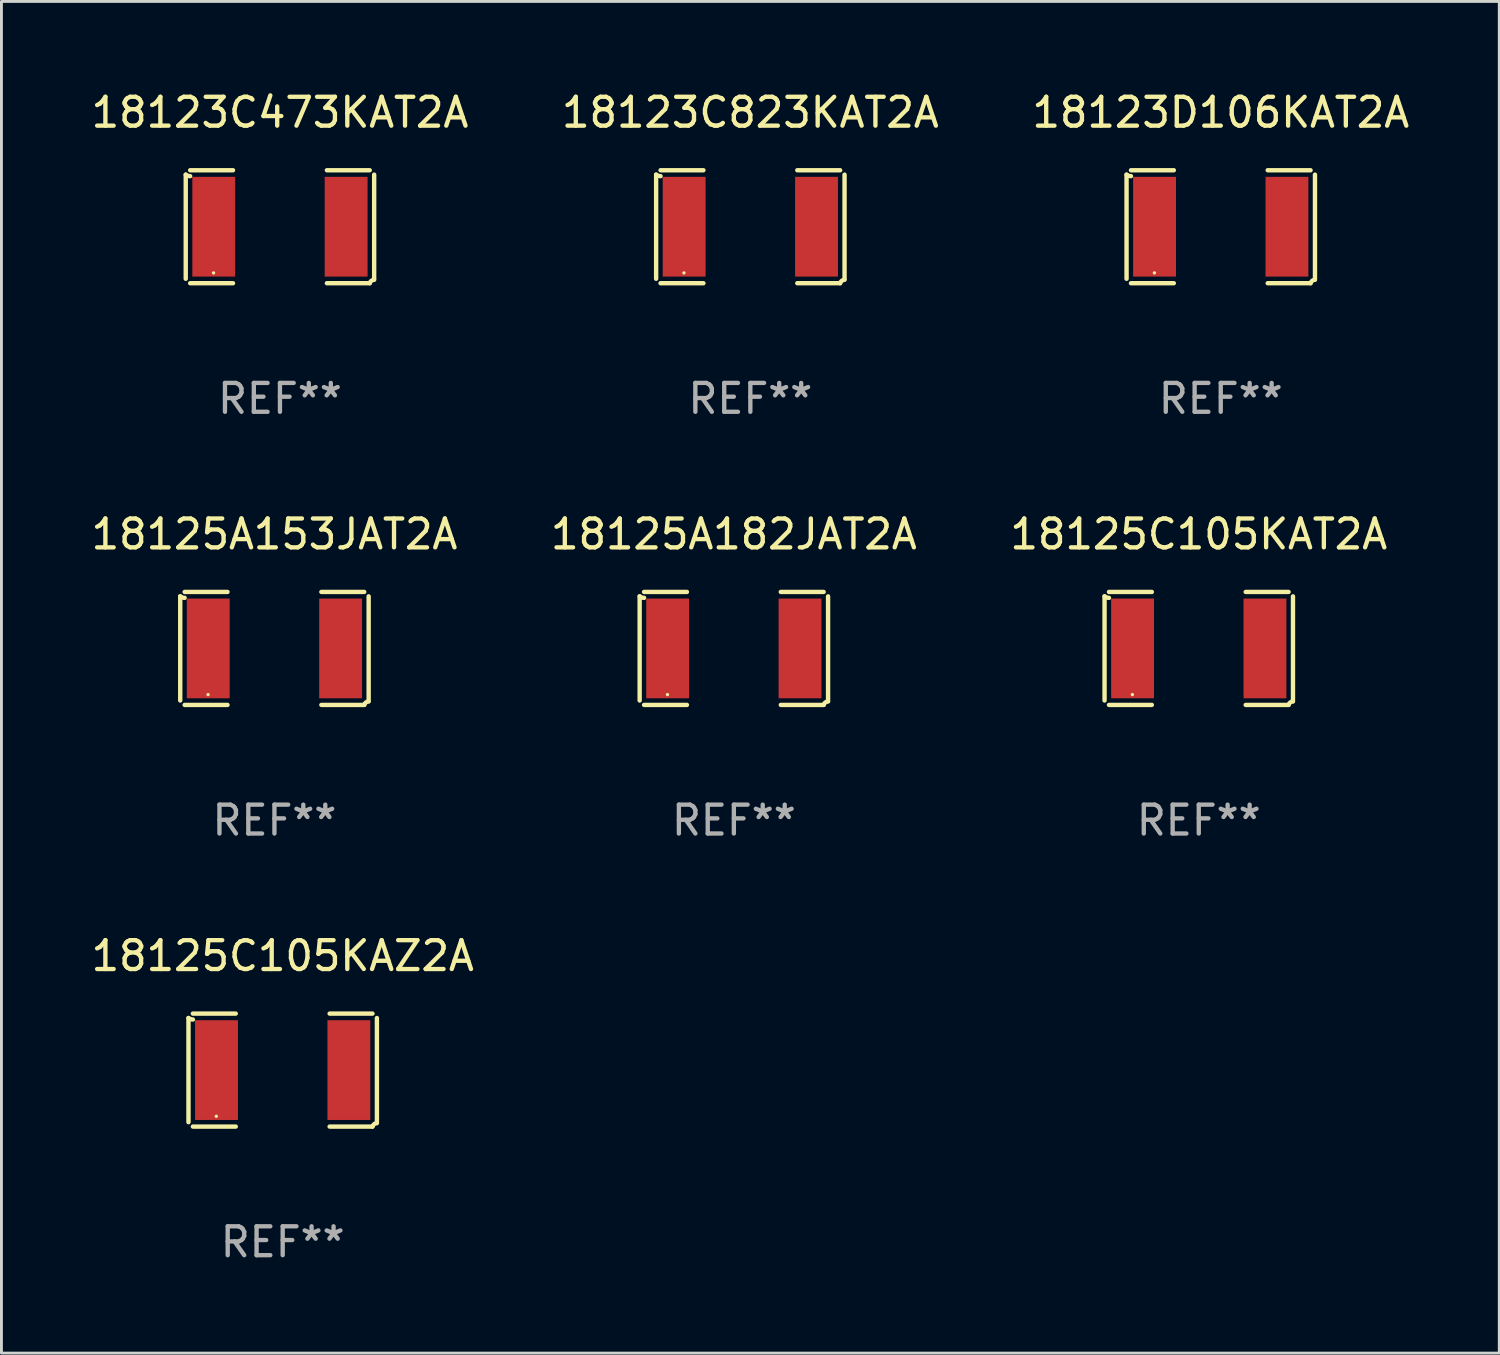
<source format=kicad_pcb>
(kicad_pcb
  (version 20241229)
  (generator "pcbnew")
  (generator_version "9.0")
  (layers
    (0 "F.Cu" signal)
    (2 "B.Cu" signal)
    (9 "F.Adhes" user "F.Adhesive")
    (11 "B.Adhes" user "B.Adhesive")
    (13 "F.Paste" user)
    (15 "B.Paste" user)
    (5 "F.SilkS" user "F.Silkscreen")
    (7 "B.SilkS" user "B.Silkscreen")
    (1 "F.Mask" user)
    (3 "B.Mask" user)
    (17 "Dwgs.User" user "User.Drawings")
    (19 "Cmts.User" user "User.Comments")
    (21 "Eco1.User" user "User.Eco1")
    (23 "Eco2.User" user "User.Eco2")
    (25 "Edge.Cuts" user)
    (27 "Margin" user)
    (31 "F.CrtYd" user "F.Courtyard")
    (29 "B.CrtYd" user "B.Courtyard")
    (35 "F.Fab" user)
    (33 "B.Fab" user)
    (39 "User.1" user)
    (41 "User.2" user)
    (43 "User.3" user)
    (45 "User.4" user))
  (footprint "18123C473KAT2A"
    (layer "F.Cu")
    (at 6.649 4.805)
    (property "Reference" "18123C473KAT2A" (at 0 -3.957 0) (layer "F.SilkS") (effects (font (size 1 1) (thickness 0.15))))
    (attr through_hole)
    (fp_line (start -3.264 1.804) (end -3.264 -1.804) (stroke (width 0.152) (type solid)) (layer "F.SilkS"))
    (fp_line (start -3.111 -1.957) (end -1.626 -1.957) (stroke (width 0.152) (type solid)) (layer "F.SilkS"))
    (fp_line (start -1.626 1.957) (end -3.111 1.957) (stroke (width 0.152) (type solid)) (layer "F.SilkS"))
    (fp_line (start 1.626 1.957) (end 3.111 1.957) (stroke (width 0.152) (type solid)) (layer "F.SilkS"))
    (fp_line (start 3.111 -1.957) (end 1.626 -1.957) (stroke (width 0.152) (type solid)) (layer "F.SilkS"))
    (fp_line (start 3.264 1.804) (end 3.264 -1.804) (stroke (width 0.152) (type solid)) (layer "F.SilkS"))
    (fp_arc (start -3.111202 -1.752192) (mid -3.191715 -1.76555) (end -3.263602 -1.804191) (stroke (width 0.1524) (type solid)) (layer "F.SilkS"))
    (fp_arc (start 3.111201 1.956591) (mid 3.167789 1.872777) (end 3.263602 1.840424) (stroke (width 0.1524) (type solid)) (layer "F.SilkS"))
    (fp_circle (center -2.3 1.6) (end -2.27 1.6) (stroke (width 0.06) (type solid)) (fill no) (layer "F.SilkS"))
    (fp_text user "REF**" (at 0 5.957 0) (layer "F.Fab") (effects (font (size 1 1) (thickness 0.15))))
    (pad "1" smd rect (at -2.293 0) (size 1.485 3.456) (layers "F.Cu" "F.Mask" "F.Paste"))
    (pad "2" smd rect (at 2.293 0) (size 1.485 3.456) (layers "F.Cu" "F.Mask" "F.Paste")))
  (footprint "18123C823KAT2A"
    (layer "F.Cu")
    (at 22.946 4.805)
    (property "Reference" "18123C823KAT2A" (at 0 -3.957 0) (layer "F.SilkS") (effects (font (size 1 1) (thickness 0.15))))
    (attr through_hole)
    (fp_line (start -3.264 1.804) (end -3.264 -1.804) (stroke (width 0.152) (type solid)) (layer "F.SilkS"))
    (fp_line (start -3.111 -1.957) (end -1.626 -1.957) (stroke (width 0.152) (type solid)) (layer "F.SilkS"))
    (fp_line (start -1.626 1.957) (end -3.111 1.957) (stroke (width 0.152) (type solid)) (layer "F.SilkS"))
    (fp_line (start 1.626 1.957) (end 3.111 1.957) (stroke (width 0.152) (type solid)) (layer "F.SilkS"))
    (fp_line (start 3.111 -1.957) (end 1.626 -1.957) (stroke (width 0.152) (type solid)) (layer "F.SilkS"))
    (fp_line (start 3.264 1.804) (end 3.264 -1.804) (stroke (width 0.152) (type solid)) (layer "F.SilkS"))
    (fp_arc (start -3.111202 -1.752192) (mid -3.191715 -1.76555) (end -3.263602 -1.804191) (stroke (width 0.1524) (type solid)) (layer "F.SilkS"))
    (fp_arc (start 3.111201 1.956591) (mid 3.167789 1.872777) (end 3.263602 1.840424) (stroke (width 0.1524) (type solid)) (layer "F.SilkS"))
    (fp_circle (center -2.3 1.6) (end -2.27 1.6) (stroke (width 0.06) (type solid)) (fill no) (layer "F.SilkS"))
    (fp_text user "REF**" (at 0 5.957 0) (layer "F.Fab") (effects (font (size 1 1) (thickness 0.15))))
    (pad "1" smd rect (at -2.293 0) (size 1.485 3.456) (layers "F.Cu" "F.Mask" "F.Paste"))
    (pad "2" smd rect (at 2.293 0) (size 1.485 3.456) (layers "F.Cu" "F.Mask" "F.Paste")))
  (footprint "18125C105KAT2A"
    (layer "F.Cu")
    (at 38.482 19.415)
    (property "Reference" "18125C105KAT2A" (at 0 -3.957 0) (layer "F.SilkS") (effects (font (size 1 1) (thickness 0.15))))
    (attr through_hole)
    (fp_line (start -3.264 1.804) (end -3.264 -1.804) (stroke (width 0.152) (type solid)) (layer "F.SilkS"))
    (fp_line (start -3.111 -1.957) (end -1.626 -1.957) (stroke (width 0.152) (type solid)) (layer "F.SilkS"))
    (fp_line (start -1.626 1.957) (end -3.111 1.957) (stroke (width 0.152) (type solid)) (layer "F.SilkS"))
    (fp_line (start 1.626 1.957) (end 3.111 1.957) (stroke (width 0.152) (type solid)) (layer "F.SilkS"))
    (fp_line (start 3.111 -1.957) (end 1.626 -1.957) (stroke (width 0.152) (type solid)) (layer "F.SilkS"))
    (fp_line (start 3.264 1.804) (end 3.264 -1.804) (stroke (width 0.152) (type solid)) (layer "F.SilkS"))
    (fp_arc (start -3.111202 -1.752192) (mid -3.191715 -1.76555) (end -3.263602 -1.804191) (stroke (width 0.1524) (type solid)) (layer "F.SilkS"))
    (fp_arc (start 3.111201 1.956591) (mid 3.167789 1.872777) (end 3.263602 1.840424) (stroke (width 0.1524) (type solid)) (layer "F.SilkS"))
    (fp_circle (center -2.3 1.6) (end -2.27 1.6) (stroke (width 0.06) (type solid)) (fill no) (layer "F.SilkS"))
    (fp_text user "REF**" (at 0 5.957 0) (layer "F.Fab") (effects (font (size 1 1) (thickness 0.15))))
    (pad "1" smd rect (at -2.293 0) (size 1.485 3.456) (layers "F.Cu" "F.Mask" "F.Paste"))
    (pad "2" smd rect (at 2.293 0) (size 1.485 3.456) (layers "F.Cu" "F.Mask" "F.Paste")))
  (footprint "18123D106KAT2A"
    (layer "F.Cu")
    (at 39.244 4.805)
    (property "Reference" "18123D106KAT2A" (at 0 -3.957 0) (layer "F.SilkS") (effects (font (size 1 1) (thickness 0.15))))
    (attr through_hole)
    (fp_line (start -3.264 1.804) (end -3.264 -1.804) (stroke (width 0.152) (type solid)) (layer "F.SilkS"))
    (fp_line (start -3.111 -1.957) (end -1.626 -1.957) (stroke (width 0.152) (type solid)) (layer "F.SilkS"))
    (fp_line (start -1.626 1.957) (end -3.111 1.957) (stroke (width 0.152) (type solid)) (layer "F.SilkS"))
    (fp_line (start 1.626 1.957) (end 3.111 1.957) (stroke (width 0.152) (type solid)) (layer "F.SilkS"))
    (fp_line (start 3.111 -1.957) (end 1.626 -1.957) (stroke (width 0.152) (type solid)) (layer "F.SilkS"))
    (fp_line (start 3.264 1.804) (end 3.264 -1.804) (stroke (width 0.152) (type solid)) (layer "F.SilkS"))
    (fp_arc (start -3.111202 -1.752192) (mid -3.191715 -1.76555) (end -3.263602 -1.804191) (stroke (width 0.1524) (type solid)) (layer "F.SilkS"))
    (fp_arc (start 3.111201 1.956591) (mid 3.167789 1.872777) (end 3.263602 1.840424) (stroke (width 0.1524) (type solid)) (layer "F.SilkS"))
    (fp_circle (center -2.3 1.6) (end -2.27 1.6) (stroke (width 0.06) (type solid)) (fill no) (layer "F.SilkS"))
    (fp_text user "REF**" (at 0 5.957 0) (layer "F.Fab") (effects (font (size 1 1) (thickness 0.15))))
    (pad "1" smd rect (at -2.293 0) (size 1.485 3.456) (layers "F.Cu" "F.Mask" "F.Paste"))
    (pad "2" smd rect (at 2.293 0) (size 1.485 3.456) (layers "F.Cu" "F.Mask" "F.Paste")))
  (footprint "18125C105KAZ2A"
    (layer "F.Cu")
    (at 6.744 34.024)
    (property "Reference" "18125C105KAZ2A" (at 0 -3.957 0) (layer "F.SilkS") (effects (font (size 1 1) (thickness 0.15))))
    (attr through_hole)
    (fp_line (start -3.264 1.804) (end -3.264 -1.804) (stroke (width 0.152) (type solid)) (layer "F.SilkS"))
    (fp_line (start -3.111 -1.957) (end -1.626 -1.957) (stroke (width 0.152) (type solid)) (layer "F.SilkS"))
    (fp_line (start -1.626 1.957) (end -3.111 1.957) (stroke (width 0.152) (type solid)) (layer "F.SilkS"))
    (fp_line (start 1.626 1.957) (end 3.111 1.957) (stroke (width 0.152) (type solid)) (layer "F.SilkS"))
    (fp_line (start 3.111 -1.957) (end 1.626 -1.957) (stroke (width 0.152) (type solid)) (layer "F.SilkS"))
    (fp_line (start 3.264 1.804) (end 3.264 -1.804) (stroke (width 0.152) (type solid)) (layer "F.SilkS"))
    (fp_arc (start -3.111202 -1.752192) (mid -3.191715 -1.76555) (end -3.263602 -1.804191) (stroke (width 0.1524) (type solid)) (layer "F.SilkS"))
    (fp_arc (start 3.111201 1.956591) (mid 3.167789 1.872777) (end 3.263602 1.840424) (stroke (width 0.1524) (type solid)) (layer "F.SilkS"))
    (fp_circle (center -2.3 1.6) (end -2.27 1.6) (stroke (width 0.06) (type solid)) (fill no) (layer "F.SilkS"))
    (fp_text user "REF**" (at 0 5.957 0) (layer "F.Fab") (effects (font (size 1 1) (thickness 0.15))))
    (pad "1" smd rect (at -2.293 0) (size 1.485 3.456) (layers "F.Cu" "F.Mask" "F.Paste"))
    (pad "2" smd rect (at 2.293 0) (size 1.485 3.456) (layers "F.Cu" "F.Mask" "F.Paste")))
  (footprint "18125A153JAT2A"
    (layer "F.Cu")
    (at 6.458 19.415)
    (property "Reference" "18125A153JAT2A" (at 0 -3.957 0) (layer "F.SilkS") (effects (font (size 1 1) (thickness 0.15))))
    (attr through_hole)
    (fp_line (start -3.264 1.804) (end -3.264 -1.804) (stroke (width 0.152) (type solid)) (layer "F.SilkS"))
    (fp_line (start -3.111 -1.957) (end -1.626 -1.957) (stroke (width 0.152) (type solid)) (layer "F.SilkS"))
    (fp_line (start -1.626 1.957) (end -3.111 1.957) (stroke (width 0.152) (type solid)) (layer "F.SilkS"))
    (fp_line (start 1.626 1.957) (end 3.111 1.957) (stroke (width 0.152) (type solid)) (layer "F.SilkS"))
    (fp_line (start 3.111 -1.957) (end 1.626 -1.957) (stroke (width 0.152) (type solid)) (layer "F.SilkS"))
    (fp_line (start 3.264 1.804) (end 3.264 -1.804) (stroke (width 0.152) (type solid)) (layer "F.SilkS"))
    (fp_arc (start -3.111202 -1.752192) (mid -3.191715 -1.76555) (end -3.263602 -1.804191) (stroke (width 0.1524) (type solid)) (layer "F.SilkS"))
    (fp_arc (start 3.111201 1.956591) (mid 3.167789 1.872777) (end 3.263602 1.840424) (stroke (width 0.1524) (type solid)) (layer "F.SilkS"))
    (fp_circle (center -2.3 1.6) (end -2.27 1.6) (stroke (width 0.06) (type solid)) (fill no) (layer "F.SilkS"))
    (fp_text user "REF**" (at 0 5.957 0) (layer "F.Fab") (effects (font (size 1 1) (thickness 0.15))))
    (pad "1" smd rect (at -2.293 0) (size 1.485 3.456) (layers "F.Cu" "F.Mask" "F.Paste"))
    (pad "2" smd rect (at 2.293 0) (size 1.485 3.456) (layers "F.Cu" "F.Mask" "F.Paste")))
  (footprint "18125A182JAT2A"
    (layer "F.Cu")
    (at 22.375 19.415)
    (property "Reference" "18125A182JAT2A" (at 0 -3.957 0) (layer "F.SilkS") (effects (font (size 1 1) (thickness 0.15))))
    (attr through_hole)
    (fp_line (start -3.264 1.804) (end -3.264 -1.804) (stroke (width 0.152) (type solid)) (layer "F.SilkS"))
    (fp_line (start -3.111 -1.957) (end -1.626 -1.957) (stroke (width 0.152) (type solid)) (layer "F.SilkS"))
    (fp_line (start -1.626 1.957) (end -3.111 1.957) (stroke (width 0.152) (type solid)) (layer "F.SilkS"))
    (fp_line (start 1.626 1.957) (end 3.111 1.957) (stroke (width 0.152) (type solid)) (layer "F.SilkS"))
    (fp_line (start 3.111 -1.957) (end 1.626 -1.957) (stroke (width 0.152) (type solid)) (layer "F.SilkS"))
    (fp_line (start 3.264 1.804) (end 3.264 -1.804) (stroke (width 0.152) (type solid)) (layer "F.SilkS"))
    (fp_arc (start -3.111202 -1.752192) (mid -3.191715 -1.76555) (end -3.263602 -1.804191) (stroke (width 0.1524) (type solid)) (layer "F.SilkS"))
    (fp_arc (start 3.111201 1.956591) (mid 3.167789 1.872777) (end 3.263602 1.840424) (stroke (width 0.1524) (type solid)) (layer "F.SilkS"))
    (fp_circle (center -2.3 1.6) (end -2.27 1.6) (stroke (width 0.06) (type solid)) (fill no) (layer "F.SilkS"))
    (fp_text user "REF**" (at 0 5.957 0) (layer "F.Fab") (effects (font (size 1 1) (thickness 0.15))))
    (pad "1" smd rect (at -2.293 0) (size 1.485 3.456) (layers "F.Cu" "F.Mask" "F.Paste"))
    (pad "2" smd rect (at 2.293 0) (size 1.485 3.456) (layers "F.Cu" "F.Mask" "F.Paste")))
  (gr_rect
    (start -3 -3)
    (end 48.893 43.829)
    (stroke (width 0.1) (type default))
    (fill no)
    (layer "Edge.Cuts")))
</source>
